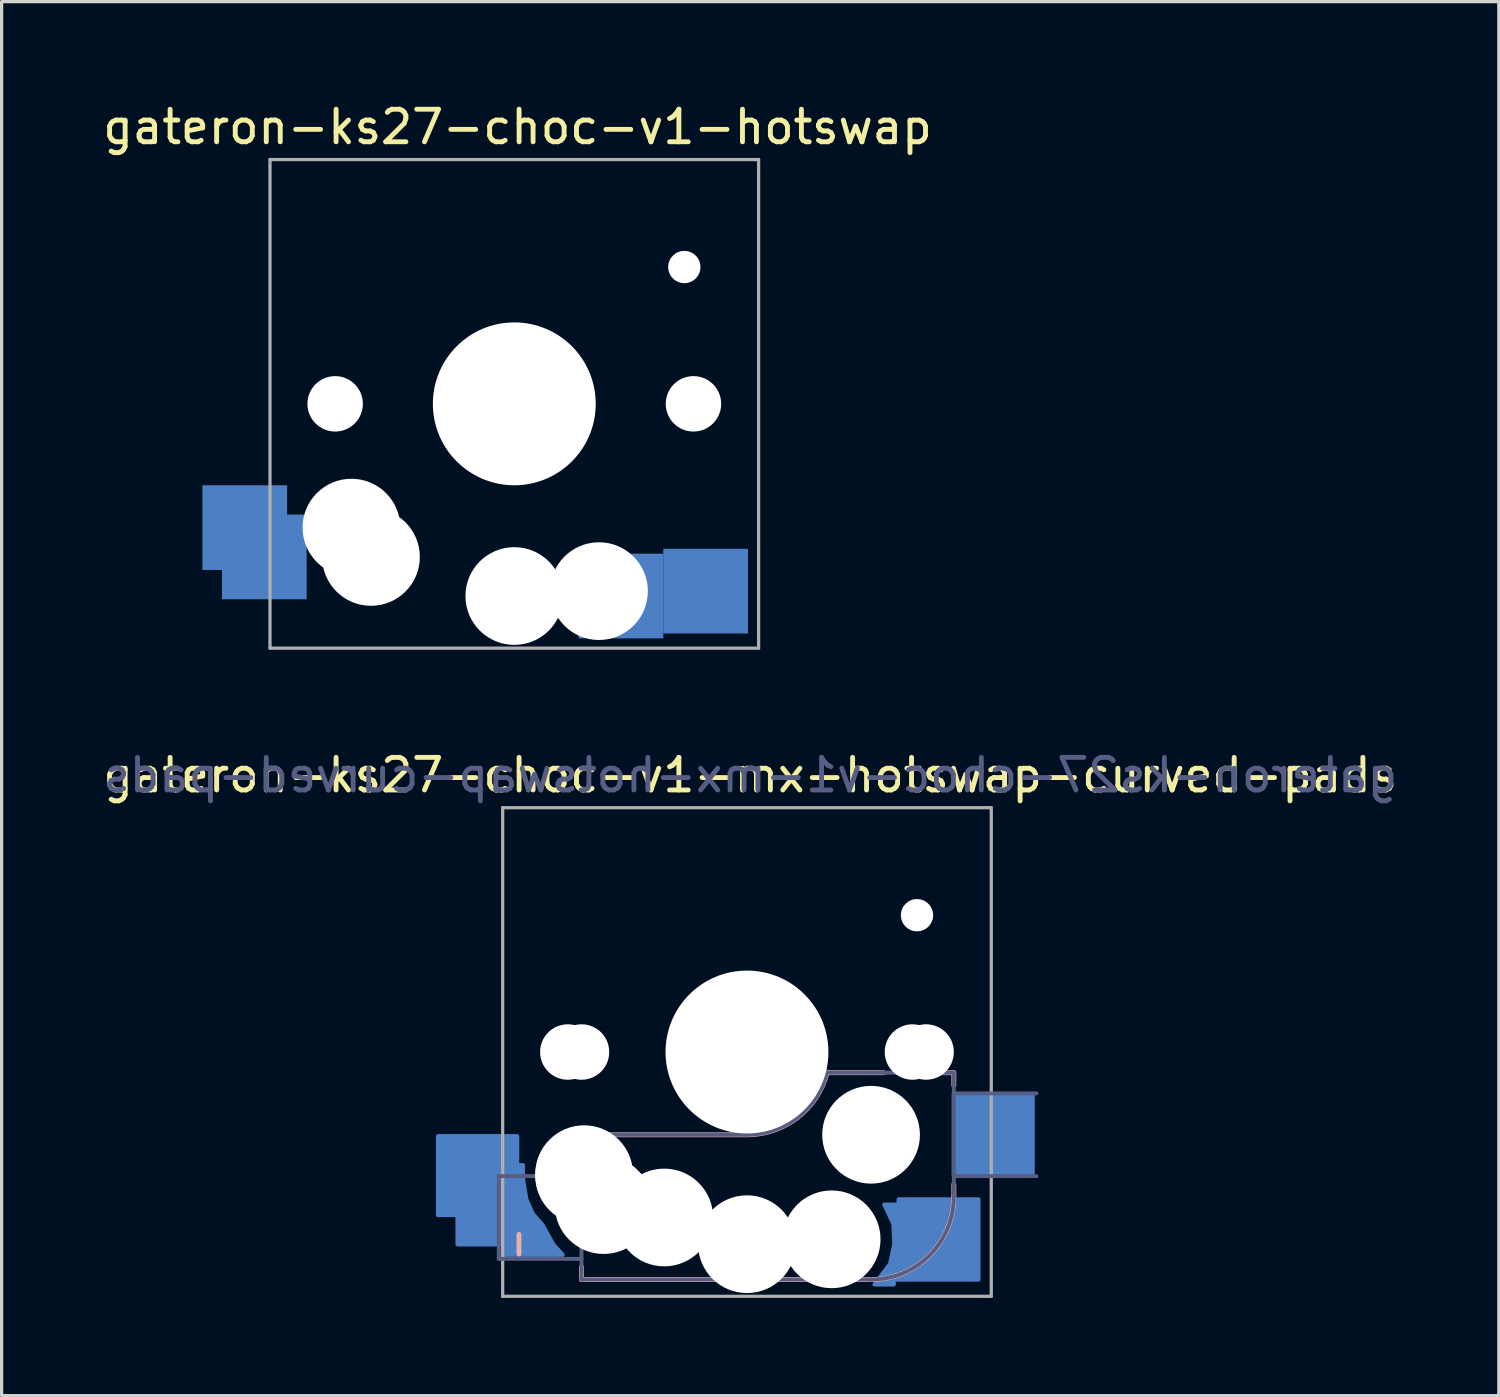
<source format=kicad_pcb>
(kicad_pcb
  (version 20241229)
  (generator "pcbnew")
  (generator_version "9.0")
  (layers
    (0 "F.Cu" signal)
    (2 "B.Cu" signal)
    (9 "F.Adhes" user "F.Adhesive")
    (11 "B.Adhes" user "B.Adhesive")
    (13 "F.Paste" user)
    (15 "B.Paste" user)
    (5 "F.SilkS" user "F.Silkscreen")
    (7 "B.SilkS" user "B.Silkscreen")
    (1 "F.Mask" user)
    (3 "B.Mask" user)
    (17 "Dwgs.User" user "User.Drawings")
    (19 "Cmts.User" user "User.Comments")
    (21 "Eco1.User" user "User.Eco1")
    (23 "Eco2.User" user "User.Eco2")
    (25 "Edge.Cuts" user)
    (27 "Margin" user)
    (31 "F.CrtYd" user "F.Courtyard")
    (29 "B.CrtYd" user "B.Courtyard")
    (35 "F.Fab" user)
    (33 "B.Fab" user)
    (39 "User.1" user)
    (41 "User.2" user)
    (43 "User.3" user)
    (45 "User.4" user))
  (footprint "gateron-ks27-choc-v1-hotswap"
    (layer "F.Cu")
    (at 12.739 9.348)
    (property "Reference" "gateron-ks27-choc-v1-hotswap" (at 0.1 -8.5 0) (unlocked yes) (layer "F.SilkS") (effects (font (size 1 1) (thickness 0.15))))
    (attr through_hole)
    (fp_line (start -7 -7) (end -7 7) (stroke (width 0.12) (type solid)) (layer "Eco2.User"))
    (fp_line (start -7 7) (end 7 7) (stroke (width 0.12) (type solid)) (layer "Eco2.User"))
    (fp_line (start -3.2 -6.3) (end -3.2 -3.1) (stroke (width 0.12) (type solid)) (layer "Eco2.User"))
    (fp_line (start 1.8 -6.3) (end -3.2 -6.3) (stroke (width 0.12) (type solid)) (layer "Eco2.User"))
    (fp_line (start 1.8 -6.3) (end 1.8 -3.1) (stroke (width 0.12) (type solid)) (layer "Eco2.User"))
    (fp_line (start 1.8 -3.1) (end -3.2 -3.1) (stroke (width 0.12) (type solid)) (layer "Eco2.User"))
    (fp_line (start 7 -7) (end -7 -7) (stroke (width 0.12) (type solid)) (layer "Eco2.User"))
    (fp_line (start 7 7) (end 7 -7) (stroke (width 0.12) (type solid)) (layer "Eco2.User"))
    (fp_line (start -7.5 -7.5) (end -7.5 7.5) (stroke (width 0.1) (type solid)) (layer "F.Fab"))
    (fp_line (start -7.5 7.5) (end 7.5 7.5) (stroke (width 0.1) (type solid)) (layer "F.Fab"))
    (fp_line (start 7.5 -7.5) (end -7.5 -7.5) (stroke (width 0.1) (type solid)) (layer "F.Fab"))
    (fp_line (start 7.5 7.5) (end 7.5 -7.5) (stroke (width 0.1) (type solid)) (layer "F.Fab"))
    (pad "" np_thru_hole circle (at -5.5 0) (size 1.702 1.702) (drill 1.702) (layers "*.Cu" "*.Mask"))
    (pad "" np_thru_hole circle (at -5 3.8) (size 3 3) (drill 3) (layers "*.Cu" "*.Mask"))
    (pad "" np_thru_hole circle (at -4.4 4.7) (size 3 3) (drill 3) (layers "*.Cu" "*.Mask"))
    (pad "" np_thru_hole circle (at 0 0) (size 5 5) (drill 5) (layers "*.Cu" "*.Mask"))
    (pad "" np_thru_hole circle (at 0 5.9) (size 3 3) (drill 3) (layers "*.Cu" "*.Mask"))
    (pad "" np_thru_hole circle (at 2.6 5.75) (size 3 3) (drill 3) (layers "*.Cu" "*.Mask"))
    (pad "" np_thru_hole circle (at 5.22 -4.2) (size 0.991 0.991) (drill 0.991) (layers "*.Cu" "*.Mask"))
    (pad "" np_thru_hole circle (at 5.5 0) (size 1.702 1.702) (drill 1.702) (layers "*.Cu" "*.Mask"))
    (pad "1" smd rect (at -8.275 3.8) (size 2.6 2.6) (layers "B.Cu" "B.Mask" "B.Paste"))
    (pad "1" smd rect (at -7.675 4.7) (size 2.6 2.6) (layers "B.Cu" "B.Mask" "B.Paste"))
    (pad "2" smd rect (at 3.275 5.9) (size 2.6 2.6) (layers "B.Cu" "B.Mask" "B.Paste"))
    (pad "2" smd rect (at 5.875 5.75) (size 2.6 2.6) (layers "B.Cu" "B.Mask" "B.Paste")))
  (footprint "gateron-ks27-choc-v1-mx-hotswap-curved-pads"
    (layer "F.Cu")
    (at 19.882 29.247)
    (property "Reference" "gateron-ks27-choc-v1-mx-hotswap-curved-pads" (at 0.1 -8.5 0) (unlocked yes) (layer "F.SilkS") (effects (font (size 1 1) (thickness 0.15))))
    (attr smd)
    (fp_line (start -7 5.6) (end -7 6.2) (stroke (width 0.15) (type solid)) (layer "B.SilkS"))
    (fp_line (start -5.08 2.54) (end 0 2.54) (stroke (width 0.15) (type solid)) (layer "B.SilkS"))
    (fp_line (start -5.08 3.556) (end -5.08 2.54) (stroke (width 0.15) (type solid)) (layer "B.SilkS"))
    (fp_line (start -5.08 6.985) (end -5.08 6.604) (stroke (width 0.15) (type solid)) (layer "B.SilkS"))
    (fp_line (start 2.464 0.635) (end 4.191 0.635) (stroke (width 0.15) (type solid)) (layer "B.SilkS"))
    (fp_line (start 3.81 6.985) (end -5.08 6.985) (stroke (width 0.15) (type solid)) (layer "B.SilkS"))
    (fp_line (start 5.969 0.635) (end 6.35 0.635) (stroke (width 0.15) (type solid)) (layer "B.SilkS"))
    (fp_line (start 6.35 1.016) (end 6.35 0.635) (stroke (width 0.15) (type solid)) (layer "B.SilkS"))
    (fp_line (start 6.35 4.445) (end 6.35 4.064) (stroke (width 0.15) (type solid)) (layer "B.SilkS"))
    (fp_arc (start 2.464162 0.61604) (mid 1.563147 2.002042) (end 0 2.54) (stroke (width 0.15) (type solid)) (layer "B.SilkS"))
    (fp_arc (start 6.35 4.445) (mid 5.606051 6.241051) (end 3.81 6.985) (stroke (width 0.15) (type solid)) (layer "B.SilkS"))
    (fp_line (start -7 -7) (end -7 7) (stroke (width 0.12) (type solid)) (layer "Eco2.User"))
    (fp_line (start -7 7) (end 7 7) (stroke (width 0.12) (type solid)) (layer "Eco2.User"))
    (fp_line (start 7 -7) (end -7 -7) (stroke (width 0.12) (type solid)) (layer "Eco2.User"))
    (fp_line (start 7 7) (end 7 -7) (stroke (width 0.12) (type solid)) (layer "Eco2.User"))
    (fp_line (start -7.62 3.81) (end -5.08 3.81) (stroke (width 0.12) (type solid)) (layer "B.Fab"))
    (fp_line (start -7.62 6.35) (end -7.62 3.81) (stroke (width 0.12) (type solid)) (layer "B.Fab"))
    (fp_line (start -5.08 2.54) (end 0 2.54) (stroke (width 0.12) (type solid)) (layer "B.Fab"))
    (fp_line (start -5.08 6.35) (end -7.62 6.35) (stroke (width 0.12) (type solid)) (layer "B.Fab"))
    (fp_line (start -5.08 6.985) (end -5.08 2.54) (stroke (width 0.12) (type solid)) (layer "B.Fab"))
    (fp_line (start 3.81 6.985) (end -5.08 6.985) (stroke (width 0.12) (type solid)) (layer "B.Fab"))
    (fp_line (start 6.35 0.635) (end 2.54 0.635) (stroke (width 0.12) (type solid)) (layer "B.Fab"))
    (fp_line (start 6.35 0.635) (end 6.35 4.445) (stroke (width 0.12) (type solid)) (layer "B.Fab"))
    (fp_line (start 6.35 1.27) (end 8.89 1.27) (stroke (width 0.12) (type solid)) (layer "B.Fab"))
    (fp_line (start 8.89 3.81) (end 6.35 3.81) (stroke (width 0.12) (type solid)) (layer "B.Fab"))
    (fp_arc (start 2.464162 0.61604) (mid 1.563147 2.002042) (end 0 2.54) (stroke (width 0.12) (type solid)) (layer "B.Fab"))
    (fp_arc (start 6.35 4.445) (mid 5.606051 6.241051) (end 3.81 6.985) (stroke (width 0.12) (type solid)) (layer "B.Fab"))
    (fp_line (start -7.5 -7.5) (end -7.5 7.5) (stroke (width 0.1) (type solid)) (layer "F.Fab"))
    (fp_line (start -7.5 7.5) (end 7.5 7.5) (stroke (width 0.1) (type solid)) (layer "F.Fab"))
    (fp_line (start 7.5 -7.5) (end -7.5 -7.5) (stroke (width 0.1) (type solid)) (layer "F.Fab"))
    (fp_line (start 7.5 7.5) (end 7.5 -7.5) (stroke (width 0.1) (type solid)) (layer "F.Fab"))
    (fp_text user "${REFERENCE}" (at 0.1 -8.5 0) (layer "B.Fab") (effects (font (size 1 1) (thickness 0.15)) (justify mirror)))
    (pad "" np_thru_hole circle (at -5.5 0) (size 1.702 1.702) (drill 1.702) (layers "*.Cu" "*.Mask"))
    (pad "" np_thru_hole circle (at -5.08 0 180) (size 1.702 1.702) (drill 1.702) (layers "*.Cu" "*.Mask"))
    (pad "" np_thru_hole circle (at -5 3.75) (size 3 3) (drill 3) (layers "*.Cu" "*.Mask"))
    (pad "" np_thru_hole circle (at -5 3.8) (size 3 3) (drill 3) (layers "*.Cu" "*.Mask"))
    (pad "" np_thru_hole circle (at -4.4 4.7) (size 3 3) (drill 3) (layers "*.Cu" "*.Mask"))
    (pad "" np_thru_hole circle (at -2.54 5.08 180) (size 3 3) (drill 3) (layers "*.Cu" "*.Mask"))
    (pad "" np_thru_hole circle (at 0 0) (size 5 5) (drill 5) (layers "*.Cu" "*.Mask"))
    (pad "" np_thru_hole circle (at 0 5.9) (size 3 3) (drill 3) (layers "*.Cu" "*.Mask"))
    (pad "" np_thru_hole circle (at 2.6 5.75) (size 3 3) (drill 3) (layers "*.Cu" "*.Mask"))
    (pad "" np_thru_hole circle (at 3.81 2.54 180) (size 3 3) (drill 3) (layers "*.Cu" "*.Mask"))
    (pad "" np_thru_hole circle (at 5.08 0 180) (size 1.702 1.702) (drill 1.702) (layers "*.Cu" "*.Mask"))
    (pad "" np_thru_hole circle (at 5.22 -4.2) (size 0.991 0.991) (drill 0.991) (layers "*.Cu" "*.Mask"))
    (pad "" np_thru_hole circle (at 5.5 0) (size 1.702 1.702) (drill 1.702) (layers "*.Cu" "*.Mask"))
    (pad "1" smd custom (at -8.08 3.72 180) (size 1.403 1.309) (layers "B.Cu" "B.Mask" "B.Paste") (options (anchor rect)) (primitives (gr_poly (pts (xy -2.43 -2.51) (xy -0.58 -2.51) (xy -0.58 -2.19) (xy 0.81 -2.19) (xy 0.81 -1.29) (xy 1.41 -1.29) (xy 1.41 1.14) (xy -1.03 1.14) (xy -1.03 0.25) (xy -1.21 0.25) (xy -1.2 -0.13) (xy -1.31 -0.8) (xy -1.51 -1.25) (xy -1.81 -1.59) (xy -2.14 -2.19)) (width 0.12) (fill yes))))
    (pad "2" smd custom (at 5.72 5.75) (size 1.25 1.21) (layers "B.Cu" "B.Mask" "B.Paste") (options (anchor rect)) (primitives (gr_poly (pts (xy -1.51 -1.07) (xy -1.07 -1.07) (xy -1.07 -1.23) (xy 1.39 -1.23) (xy 1.39 1.24) (xy -1.21 1.24) (xy -1.21 1.39) (xy -1.81 1.39) (xy -1.33 0.75) (xy -1.2 0.14) (xy -1.23 -0.48)) (width 0.12) (fill yes))))
    (pad "2" smd rect (at 7.56 2.54 180) (size 2.55 2.5) (layers "B.Cu" "B.Mask" "B.Paste")))
  (gr_rect
    (start -3 -3)
    (end 42.964 39.797)
    (stroke (width 0.1) (type default))
    (fill no)
    (layer "Edge.Cuts")))
</source>
